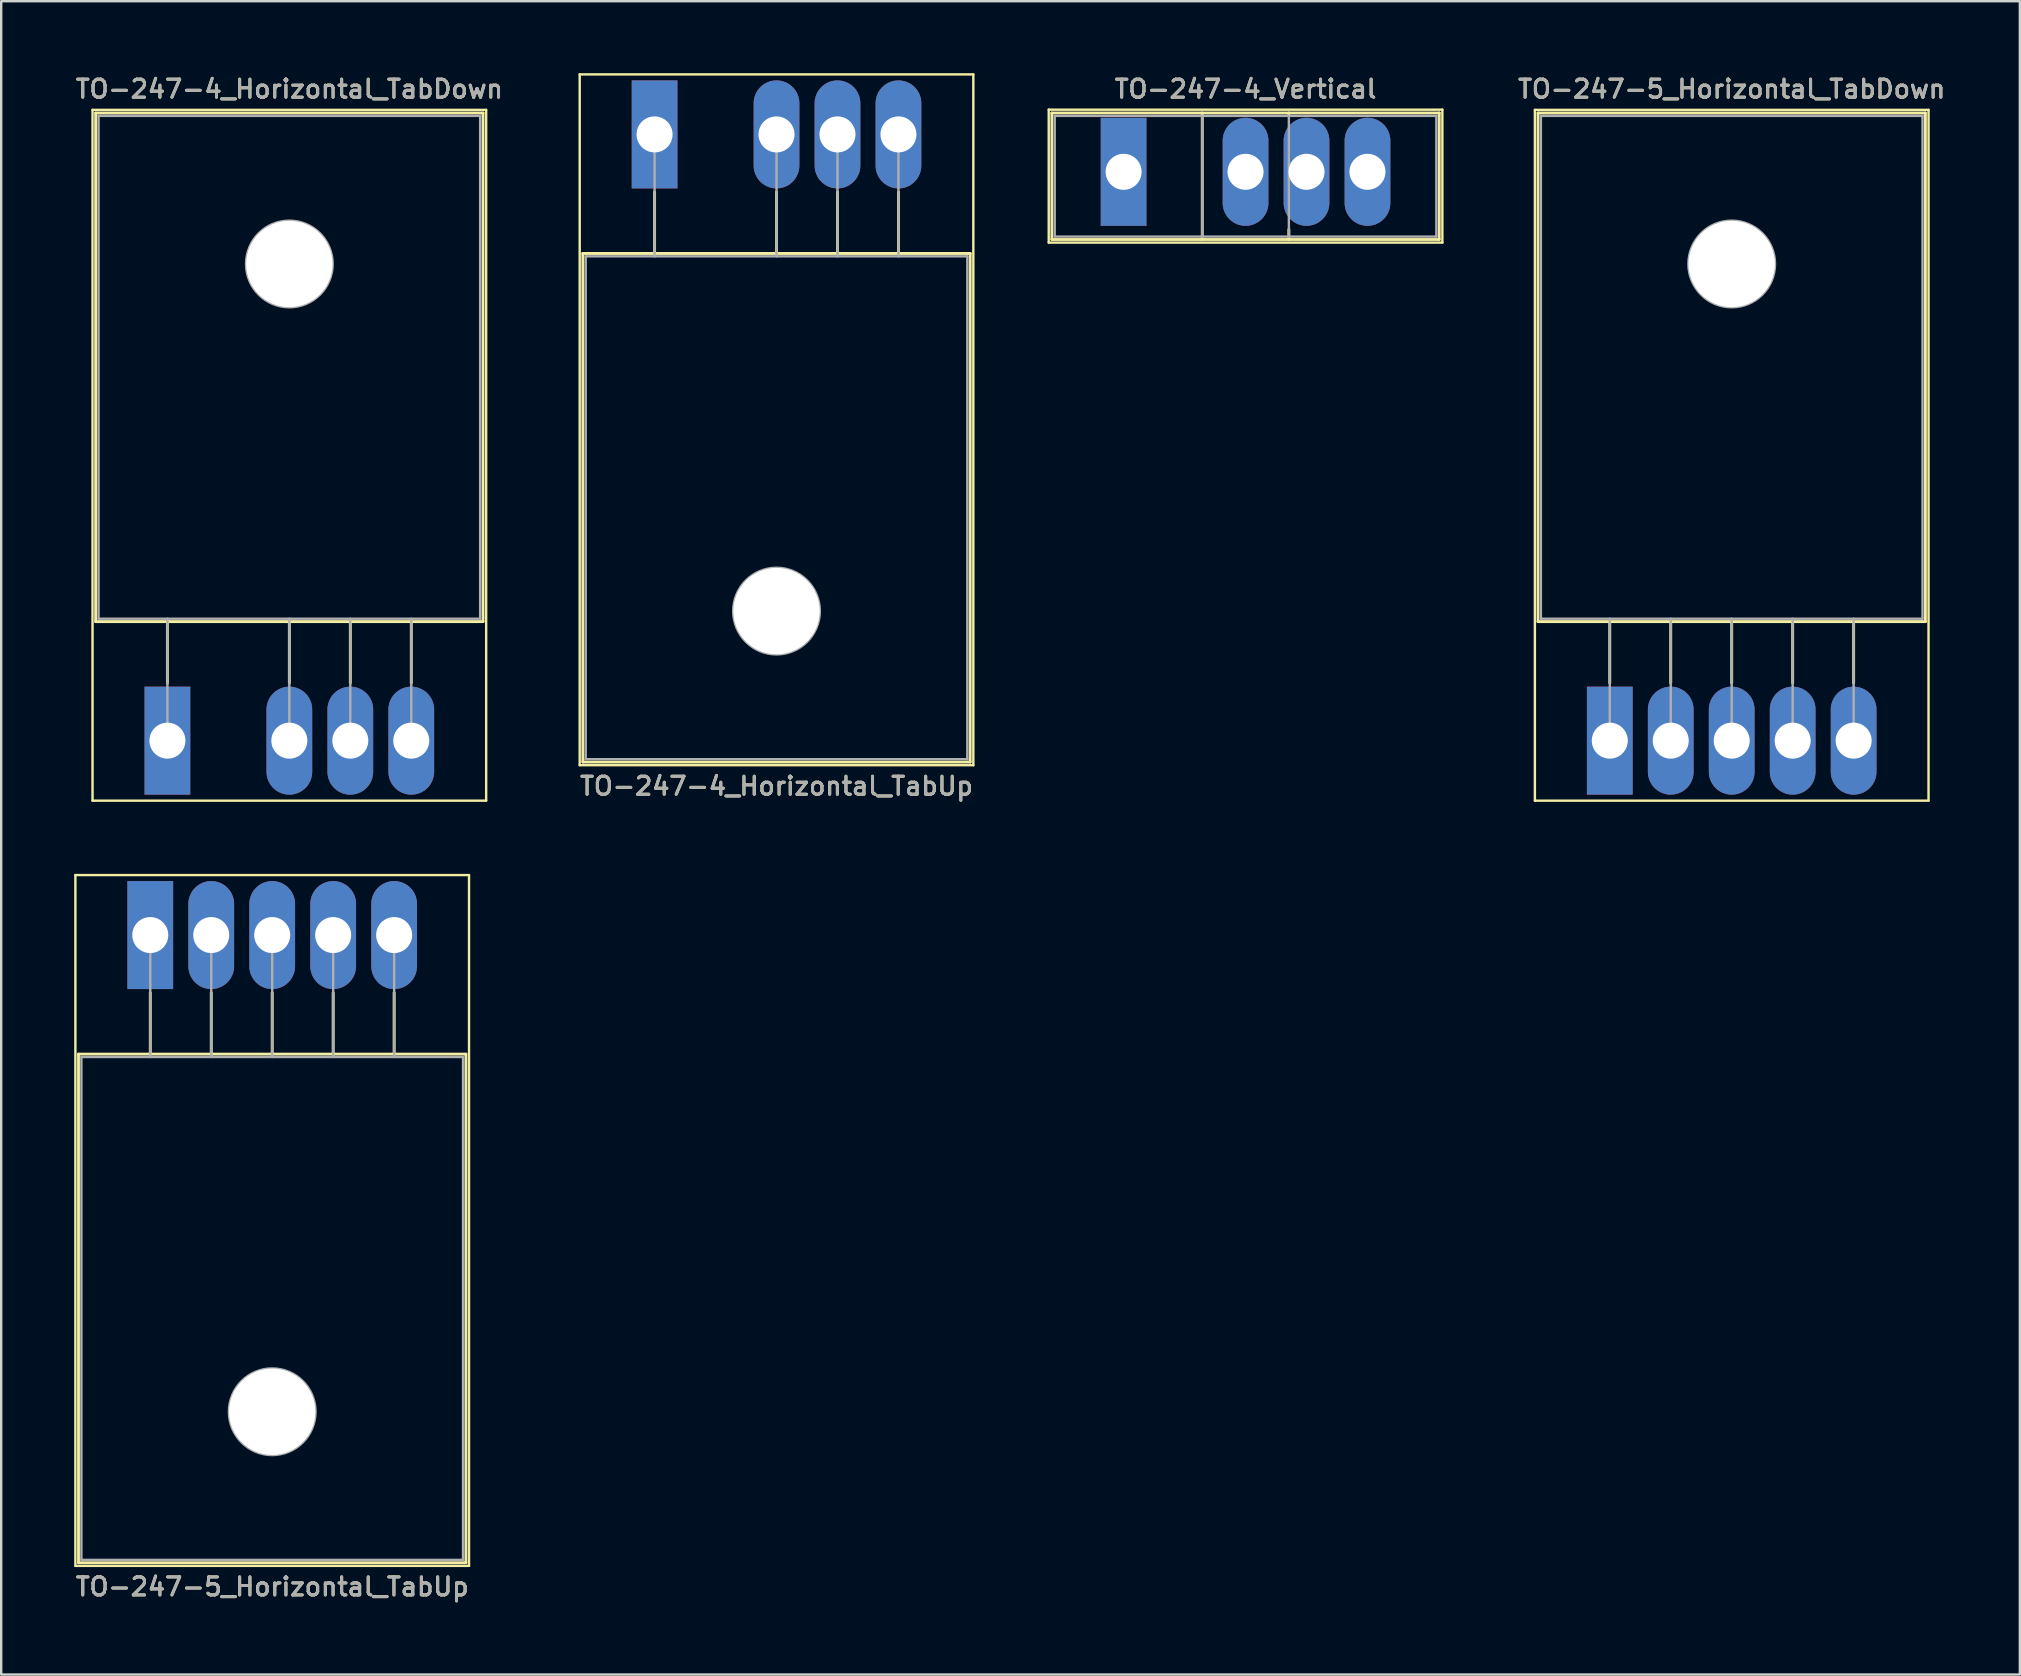
<source format=kicad_pcb>
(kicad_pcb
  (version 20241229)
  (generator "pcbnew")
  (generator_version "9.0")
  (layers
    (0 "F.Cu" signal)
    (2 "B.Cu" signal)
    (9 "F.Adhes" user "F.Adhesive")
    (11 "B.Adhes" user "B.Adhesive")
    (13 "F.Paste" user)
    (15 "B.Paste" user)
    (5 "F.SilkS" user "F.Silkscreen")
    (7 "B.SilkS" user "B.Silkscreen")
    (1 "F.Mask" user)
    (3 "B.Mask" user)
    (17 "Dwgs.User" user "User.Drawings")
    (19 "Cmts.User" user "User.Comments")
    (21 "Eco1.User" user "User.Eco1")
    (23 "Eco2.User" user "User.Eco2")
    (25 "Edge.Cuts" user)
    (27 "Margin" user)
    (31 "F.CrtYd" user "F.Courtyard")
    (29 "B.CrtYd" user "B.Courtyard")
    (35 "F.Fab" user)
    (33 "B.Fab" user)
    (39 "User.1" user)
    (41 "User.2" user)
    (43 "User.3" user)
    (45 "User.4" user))
  (footprint "TO-247-5_Horizontal_TabUp"
    (layer "F.Cu")
    (at 3.211 35.908)
    (property "Reference" "TO-247-5_Horizontal_TabUp" (at 5.08 27.15 0) (layer "F.SilkS") (effects (font (size 0.75 0.75) (thickness 0.125))))
    (attr through_hole)
    (fp_line (start -3.12 -2.5) (end -3.12 26.28) (stroke (width 0.1) (type solid)) (layer "F.SilkS"))
    (fp_line (start -3.12 26.28) (end 13.28 26.28) (stroke (width 0.1) (type solid)) (layer "F.SilkS"))
    (fp_line (start -2.99 4.96) (end -2.99 26.15) (stroke (width 0.12) (type solid)) (layer "F.SilkS"))
    (fp_line (start -2.99 4.96) (end 13.15 4.96) (stroke (width 0.12) (type solid)) (layer "F.SilkS"))
    (fp_line (start -2.99 26.15) (end 13.15 26.15) (stroke (width 0.12) (type solid)) (layer "F.SilkS"))
    (fp_line (start 0 2.4) (end 0 4.96) (stroke (width 0.12) (type solid)) (layer "F.SilkS"))
    (fp_line (start 2.54 2.4) (end 2.54 4.96) (stroke (width 0.12) (type solid)) (layer "F.SilkS"))
    (fp_line (start 5.08 2.4) (end 5.08 4.96) (stroke (width 0.12) (type solid)) (layer "F.SilkS"))
    (fp_line (start 7.62 2.4) (end 7.62 4.96) (stroke (width 0.12) (type solid)) (layer "F.SilkS"))
    (fp_line (start 10.16 2.4) (end 10.16 4.96) (stroke (width 0.12) (type solid)) (layer "F.SilkS"))
    (fp_line (start 13.15 4.96) (end 13.15 26.15) (stroke (width 0.12) (type solid)) (layer "F.SilkS"))
    (fp_line (start 13.28 -2.5) (end -3.12 -2.5) (stroke (width 0.1) (type solid)) (layer "F.SilkS"))
    (fp_line (start 13.28 26.28) (end 13.28 -2.5) (stroke (width 0.1) (type solid)) (layer "F.SilkS"))
    (fp_line (start -2.87 5.08) (end -2.87 26.03) (stroke (width 0.1) (type solid)) (layer "F.Fab"))
    (fp_line (start -2.87 26.03) (end 13.03 26.03) (stroke (width 0.1) (type solid)) (layer "F.Fab"))
    (fp_line (start 0 5.08) (end 0 0) (stroke (width 0.1) (type solid)) (layer "F.Fab"))
    (fp_line (start 2.54 5.08) (end 2.54 0) (stroke (width 0.1) (type solid)) (layer "F.Fab"))
    (fp_line (start 5.08 5.08) (end 5.08 0) (stroke (width 0.1) (type solid)) (layer "F.Fab"))
    (fp_line (start 7.62 5.08) (end 7.62 0) (stroke (width 0.1) (type solid)) (layer "F.Fab"))
    (fp_line (start 10.16 5.08) (end 10.16 0) (stroke (width 0.1) (type solid)) (layer "F.Fab"))
    (fp_line (start 13.03 5.08) (end -2.87 5.08) (stroke (width 0.1) (type solid)) (layer "F.Fab"))
    (fp_line (start 13.03 26.03) (end 13.03 5.08) (stroke (width 0.1) (type solid)) (layer "F.Fab"))
    (fp_circle (center 5.08 19.86) (end 6.885 19.86) (stroke (width 0.1) (type solid)) (fill no) (layer "F.Fab"))
    (fp_text user "${REFERENCE}" (at 5.08 27.15 0) (layer "F.Fab") (effects (font (size 0.75 0.75) (thickness 0.125))))
    (pad "" np_thru_hole circle (at 5.08 19.86) (size 3.6 3.6) (drill 3.6) (layers "*.Cu" "*.Mask"))
    (pad "1" thru_hole rect (at 0 0) (size 1.905 4.5) (drill 1.5) (layers "*.Cu" "*.Mask"))
    (pad "2" thru_hole oval (at 2.54 0) (size 1.905 4.5) (drill 1.5) (layers "*.Cu" "*.Mask"))
    (pad "3" thru_hole oval (at 5.08 0) (size 1.905 4.5) (drill 1.5) (layers "*.Cu" "*.Mask"))
    (pad "4" thru_hole oval (at 7.62 0) (size 1.905 4.5) (drill 1.5) (layers "*.Cu" "*.Mask"))
    (pad "5" thru_hole oval (at 10.16 0) (size 1.905 4.5) (drill 1.5) (layers "*.Cu" "*.Mask")))
  (footprint "TO-247-4_Horizontal_TabUp"
    (layer "F.Cu")
    (at 24.222 2.55)
    (property "Reference" "TO-247-4_Horizontal_TabUp" (at 5.08 27.15 0) (layer "F.SilkS") (effects (font (size 0.75 0.75) (thickness 0.125))))
    (attr through_hole)
    (fp_line (start -3.12 -2.5) (end -3.12 26.28) (stroke (width 0.1) (type solid)) (layer "F.SilkS"))
    (fp_line (start -3.12 26.28) (end 13.28 26.28) (stroke (width 0.1) (type solid)) (layer "F.SilkS"))
    (fp_line (start -2.99 4.96) (end -2.99 26.15) (stroke (width 0.12) (type solid)) (layer "F.SilkS"))
    (fp_line (start -2.99 4.96) (end 13.15 4.96) (stroke (width 0.12) (type solid)) (layer "F.SilkS"))
    (fp_line (start -2.99 26.15) (end 13.15 26.15) (stroke (width 0.12) (type solid)) (layer "F.SilkS"))
    (fp_line (start 0 2.4) (end 0 4.96) (stroke (width 0.12) (type solid)) (layer "F.SilkS"))
    (fp_line (start 5.08 2.4) (end 5.08 4.96) (stroke (width 0.12) (type solid)) (layer "F.SilkS"))
    (fp_line (start 7.62 2.4) (end 7.62 4.96) (stroke (width 0.12) (type solid)) (layer "F.SilkS"))
    (fp_line (start 10.16 2.4) (end 10.16 4.96) (stroke (width 0.12) (type solid)) (layer "F.SilkS"))
    (fp_line (start 13.15 4.96) (end 13.15 26.15) (stroke (width 0.12) (type solid)) (layer "F.SilkS"))
    (fp_line (start 13.28 -2.5) (end -3.12 -2.5) (stroke (width 0.1) (type solid)) (layer "F.SilkS"))
    (fp_line (start 13.28 26.28) (end 13.28 -2.5) (stroke (width 0.1) (type solid)) (layer "F.SilkS"))
    (fp_line (start -2.87 5.08) (end -2.87 26.03) (stroke (width 0.1) (type solid)) (layer "F.Fab"))
    (fp_line (start -2.87 26.03) (end 13.03 26.03) (stroke (width 0.1) (type solid)) (layer "F.Fab"))
    (fp_line (start 0 5.08) (end 0 0) (stroke (width 0.1) (type solid)) (layer "F.Fab"))
    (fp_line (start 5.08 5.08) (end 5.08 0) (stroke (width 0.1) (type solid)) (layer "F.Fab"))
    (fp_line (start 7.62 5.08) (end 7.62 0) (stroke (width 0.1) (type solid)) (layer "F.Fab"))
    (fp_line (start 10.16 5.08) (end 10.16 0) (stroke (width 0.1) (type solid)) (layer "F.Fab"))
    (fp_line (start 13.03 5.08) (end -2.87 5.08) (stroke (width 0.1) (type solid)) (layer "F.Fab"))
    (fp_line (start 13.03 26.03) (end 13.03 5.08) (stroke (width 0.1) (type solid)) (layer "F.Fab"))
    (fp_circle (center 5.08 19.86) (end 6.885 19.86) (stroke (width 0.1) (type solid)) (fill no) (layer "F.Fab"))
    (fp_text user "${REFERENCE}" (at 5.08 27.15 0) (layer "F.Fab") (effects (font (size 0.75 0.75) (thickness 0.125))))
    (pad "" np_thru_hole circle (at 5.08 19.86) (size 3.6 3.6) (drill 3.6) (layers "*.Cu" "*.Mask"))
    (pad "1" thru_hole rect (at 0 0) (size 1.905 4.5) (drill 1.5) (layers "*.Cu" "*.Mask"))
    (pad "2" thru_hole oval (at 5.08 0) (size 1.905 4.5) (drill 1.5) (layers "*.Cu" "*.Mask"))
    (pad "3" thru_hole oval (at 7.62 0) (size 1.905 4.5) (drill 1.5) (layers "*.Cu" "*.Mask"))
    (pad "4" thru_hole oval (at 10.16 0) (size 1.905 4.5) (drill 1.5) (layers "*.Cu" "*.Mask")))
  (footprint "TO-247-4_Vertical"
    (layer "F.Cu")
    (at 43.763 4.108)
    (property "Reference" "TO-247-4_Vertical" (at 5.08 -3.45 0) (layer "F.SilkS") (effects (font (size 0.75 0.75) (thickness 0.125))))
    (attr through_hole)
    (fp_line (start -3.12 -2.59) (end -3.12 2.95) (stroke (width 0.1) (type solid)) (layer "F.SilkS"))
    (fp_line (start -3.12 2.95) (end 13.28 2.95) (stroke (width 0.1) (type solid)) (layer "F.SilkS"))
    (fp_line (start -2.99 -2.451) (end -2.99 2.82) (stroke (width 0.12) (type solid)) (layer "F.SilkS"))
    (fp_line (start -2.99 -2.451) (end 13.15 -2.451) (stroke (width 0.12) (type solid)) (layer "F.SilkS"))
    (fp_line (start -2.99 2.82) (end 13.15 2.82) (stroke (width 0.12) (type solid)) (layer "F.SilkS"))
    (fp_line (start 3.276 -2.451) (end 3.276 2.82) (stroke (width 0.12) (type solid)) (layer "F.SilkS"))
    (fp_line (start 6.885 -2.451) (end 6.885 -2.4) (stroke (width 0.12) (type solid)) (layer "F.SilkS"))
    (fp_line (start 6.885 2.4) (end 6.885 2.82) (stroke (width 0.12) (type solid)) (layer "F.SilkS"))
    (fp_line (start 13.15 -2.451) (end 13.15 2.82) (stroke (width 0.12) (type solid)) (layer "F.SilkS"))
    (fp_line (start 13.28 -2.59) (end -3.12 -2.59) (stroke (width 0.1) (type solid)) (layer "F.SilkS"))
    (fp_line (start 13.28 2.95) (end 13.28 -2.59) (stroke (width 0.1) (type solid)) (layer "F.SilkS"))
    (fp_line (start -2.87 -2.33) (end -2.87 2.7) (stroke (width 0.1) (type solid)) (layer "F.Fab"))
    (fp_line (start -2.87 2.7) (end 13.03 2.7) (stroke (width 0.1) (type solid)) (layer "F.Fab"))
    (fp_line (start 3.275 -2.33) (end 3.275 2.7) (stroke (width 0.1) (type solid)) (layer "F.Fab"))
    (fp_line (start 6.885 -2.33) (end 6.885 2.7) (stroke (width 0.1) (type solid)) (layer "F.Fab"))
    (fp_line (start 13.03 -2.33) (end -2.87 -2.33) (stroke (width 0.1) (type solid)) (layer "F.Fab"))
    (fp_line (start 13.03 2.7) (end 13.03 -2.33) (stroke (width 0.1) (type solid)) (layer "F.Fab"))
    (fp_text user "${REFERENCE}" (at 5.08 -3.45 0) (layer "F.Fab") (effects (font (size 0.75 0.75) (thickness 0.125))))
    (pad "1" thru_hole rect (at 0 0) (size 1.905 4.5) (drill 1.5) (layers "*.Cu" "*.Mask"))
    (pad "2" thru_hole oval (at 5.08 0) (size 1.905 4.5) (drill 1.5) (layers "*.Cu" "*.Mask"))
    (pad "3" thru_hole oval (at 7.62 0) (size 1.905 4.5) (drill 1.5) (layers "*.Cu" "*.Mask"))
    (pad "4" thru_hole oval (at 10.16 0) (size 1.905 4.5) (drill 1.5) (layers "*.Cu" "*.Mask")))
  (footprint "TO-247-4_Horizontal_TabDown"
    (layer "F.Cu")
    (at 3.925 27.808)
    (property "Reference" "TO-247-4_Horizontal_TabDown" (at 5.08 -27.15 0) (layer "F.SilkS") (effects (font (size 0.75 0.75) (thickness 0.125))))
    (attr through_hole)
    (fp_line (start -3.12 -26.28) (end -3.12 2.5) (stroke (width 0.1) (type solid)) (layer "F.SilkS"))
    (fp_line (start -3.12 2.5) (end 13.28 2.5) (stroke (width 0.1) (type solid)) (layer "F.SilkS"))
    (fp_line (start -2.99 -26.15) (end -2.99 -4.96) (stroke (width 0.12) (type solid)) (layer "F.SilkS"))
    (fp_line (start -2.99 -26.15) (end 13.15 -26.15) (stroke (width 0.12) (type solid)) (layer "F.SilkS"))
    (fp_line (start -2.99 -4.96) (end 13.15 -4.96) (stroke (width 0.12) (type solid)) (layer "F.SilkS"))
    (fp_line (start 0 -4.96) (end 0 -2.4) (stroke (width 0.12) (type solid)) (layer "F.SilkS"))
    (fp_line (start 5.08 -4.96) (end 5.08 -2.4) (stroke (width 0.12) (type solid)) (layer "F.SilkS"))
    (fp_line (start 7.62 -4.96) (end 7.62 -2.4) (stroke (width 0.12) (type solid)) (layer "F.SilkS"))
    (fp_line (start 10.16 -4.96) (end 10.16 -2.4) (stroke (width 0.12) (type solid)) (layer "F.SilkS"))
    (fp_line (start 13.15 -26.15) (end 13.15 -4.96) (stroke (width 0.12) (type solid)) (layer "F.SilkS"))
    (fp_line (start 13.28 -26.28) (end -3.12 -26.28) (stroke (width 0.1) (type solid)) (layer "F.SilkS"))
    (fp_line (start 13.28 2.5) (end 13.28 -26.28) (stroke (width 0.1) (type solid)) (layer "F.SilkS"))
    (fp_line (start -2.87 -26.03) (end 13.03 -26.03) (stroke (width 0.1) (type solid)) (layer "F.Fab"))
    (fp_line (start -2.87 -5.08) (end -2.87 -26.03) (stroke (width 0.1) (type solid)) (layer "F.Fab"))
    (fp_line (start 0 -5.08) (end 0 0) (stroke (width 0.1) (type solid)) (layer "F.Fab"))
    (fp_line (start 5.08 -5.08) (end 5.08 0) (stroke (width 0.1) (type solid)) (layer "F.Fab"))
    (fp_line (start 7.62 -5.08) (end 7.62 0) (stroke (width 0.1) (type solid)) (layer "F.Fab"))
    (fp_line (start 10.16 -5.08) (end 10.16 0) (stroke (width 0.1) (type solid)) (layer "F.Fab"))
    (fp_line (start 13.03 -26.03) (end 13.03 -5.08) (stroke (width 0.1) (type solid)) (layer "F.Fab"))
    (fp_line (start 13.03 -5.08) (end -2.87 -5.08) (stroke (width 0.1) (type solid)) (layer "F.Fab"))
    (fp_circle (center 5.08 -19.86) (end 6.885 -19.86) (stroke (width 0.1) (type solid)) (fill no) (layer "F.Fab"))
    (fp_text user "${REFERENCE}" (at 5.08 -27.15 0) (layer "F.Fab") (effects (font (size 0.75 0.75) (thickness 0.125))))
    (pad "" np_thru_hole circle (at 5.08 -19.86) (size 3.6 3.6) (drill 3.6) (layers "*.Cu" "*.Mask"))
    (pad "1" thru_hole rect (at 0 0) (size 1.905 4.5) (drill 1.5) (layers "*.Cu" "*.Mask"))
    (pad "2" thru_hole oval (at 5.08 0) (size 1.905 4.5) (drill 1.5) (layers "*.Cu" "*.Mask"))
    (pad "3" thru_hole oval (at 7.62 0) (size 1.905 4.5) (drill 1.5) (layers "*.Cu" "*.Mask"))
    (pad "4" thru_hole oval (at 10.16 0) (size 1.905 4.5) (drill 1.5) (layers "*.Cu" "*.Mask")))
  (footprint "TO-247-5_Horizontal_TabDown"
    (layer "F.Cu")
    (at 64.018 27.808)
    (property "Reference" "TO-247-5_Horizontal_TabDown" (at 5.08 -27.15 0) (layer "F.SilkS") (effects (font (size 0.75 0.75) (thickness 0.125))))
    (attr through_hole)
    (fp_line (start -3.12 -26.28) (end -3.12 2.5) (stroke (width 0.1) (type solid)) (layer "F.SilkS"))
    (fp_line (start -3.12 2.5) (end 13.28 2.5) (stroke (width 0.1) (type solid)) (layer "F.SilkS"))
    (fp_line (start -2.99 -26.15) (end -2.99 -4.96) (stroke (width 0.12) (type solid)) (layer "F.SilkS"))
    (fp_line (start -2.99 -26.15) (end 13.15 -26.15) (stroke (width 0.12) (type solid)) (layer "F.SilkS"))
    (fp_line (start -2.99 -4.96) (end 13.15 -4.96) (stroke (width 0.12) (type solid)) (layer "F.SilkS"))
    (fp_line (start 0 -4.96) (end 0 -2.4) (stroke (width 0.12) (type solid)) (layer "F.SilkS"))
    (fp_line (start 2.54 -4.96) (end 2.54 -2.4) (stroke (width 0.12) (type solid)) (layer "F.SilkS"))
    (fp_line (start 5.08 -4.96) (end 5.08 -2.4) (stroke (width 0.12) (type solid)) (layer "F.SilkS"))
    (fp_line (start 7.62 -4.96) (end 7.62 -2.4) (stroke (width 0.12) (type solid)) (layer "F.SilkS"))
    (fp_line (start 10.16 -4.96) (end 10.16 -2.4) (stroke (width 0.12) (type solid)) (layer "F.SilkS"))
    (fp_line (start 13.15 -26.15) (end 13.15 -4.96) (stroke (width 0.12) (type solid)) (layer "F.SilkS"))
    (fp_line (start 13.28 -26.28) (end -3.12 -26.28) (stroke (width 0.1) (type solid)) (layer "F.SilkS"))
    (fp_line (start 13.28 2.5) (end 13.28 -26.28) (stroke (width 0.1) (type solid)) (layer "F.SilkS"))
    (fp_line (start -2.87 -26.03) (end 13.03 -26.03) (stroke (width 0.1) (type solid)) (layer "F.Fab"))
    (fp_line (start -2.87 -5.08) (end -2.87 -26.03) (stroke (width 0.1) (type solid)) (layer "F.Fab"))
    (fp_line (start 0 -5.08) (end 0 0) (stroke (width 0.1) (type solid)) (layer "F.Fab"))
    (fp_line (start 2.54 -5.08) (end 2.54 0) (stroke (width 0.1) (type solid)) (layer "F.Fab"))
    (fp_line (start 5.08 -5.08) (end 5.08 0) (stroke (width 0.1) (type solid)) (layer "F.Fab"))
    (fp_line (start 7.62 -5.08) (end 7.62 0) (stroke (width 0.1) (type solid)) (layer "F.Fab"))
    (fp_line (start 10.16 -5.08) (end 10.16 0) (stroke (width 0.1) (type solid)) (layer "F.Fab"))
    (fp_line (start 13.03 -26.03) (end 13.03 -5.08) (stroke (width 0.1) (type solid)) (layer "F.Fab"))
    (fp_line (start 13.03 -5.08) (end -2.87 -5.08) (stroke (width 0.1) (type solid)) (layer "F.Fab"))
    (fp_circle (center 5.08 -19.86) (end 6.885 -19.86) (stroke (width 0.1) (type solid)) (fill no) (layer "F.Fab"))
    (fp_text user "${REFERENCE}" (at 5.08 -27.15 0) (layer "F.Fab") (effects (font (size 0.75 0.75) (thickness 0.125))))
    (pad "" np_thru_hole circle (at 5.08 -19.86) (size 3.6 3.6) (drill 3.6) (layers "*.Cu" "*.Mask"))
    (pad "1" thru_hole rect (at 0 0) (size 1.905 4.5) (drill 1.5) (layers "*.Cu" "*.Mask"))
    (pad "2" thru_hole oval (at 2.54 0) (size 1.905 4.5) (drill 1.5) (layers "*.Cu" "*.Mask"))
    (pad "3" thru_hole oval (at 5.08 0) (size 1.905 4.5) (drill 1.5) (layers "*.Cu" "*.Mask"))
    (pad "4" thru_hole oval (at 7.62 0) (size 1.905 4.5) (drill 1.5) (layers "*.Cu" "*.Mask"))
    (pad "5" thru_hole oval (at 10.16 0) (size 1.905 4.5) (drill 1.5) (layers "*.Cu" "*.Mask")))
  (gr_rect
    (start -3 -3)
    (end 81.104 66.716)
    (stroke (width 0.1) (type default))
    (fill no)
    (layer "Edge.Cuts")))
</source>
